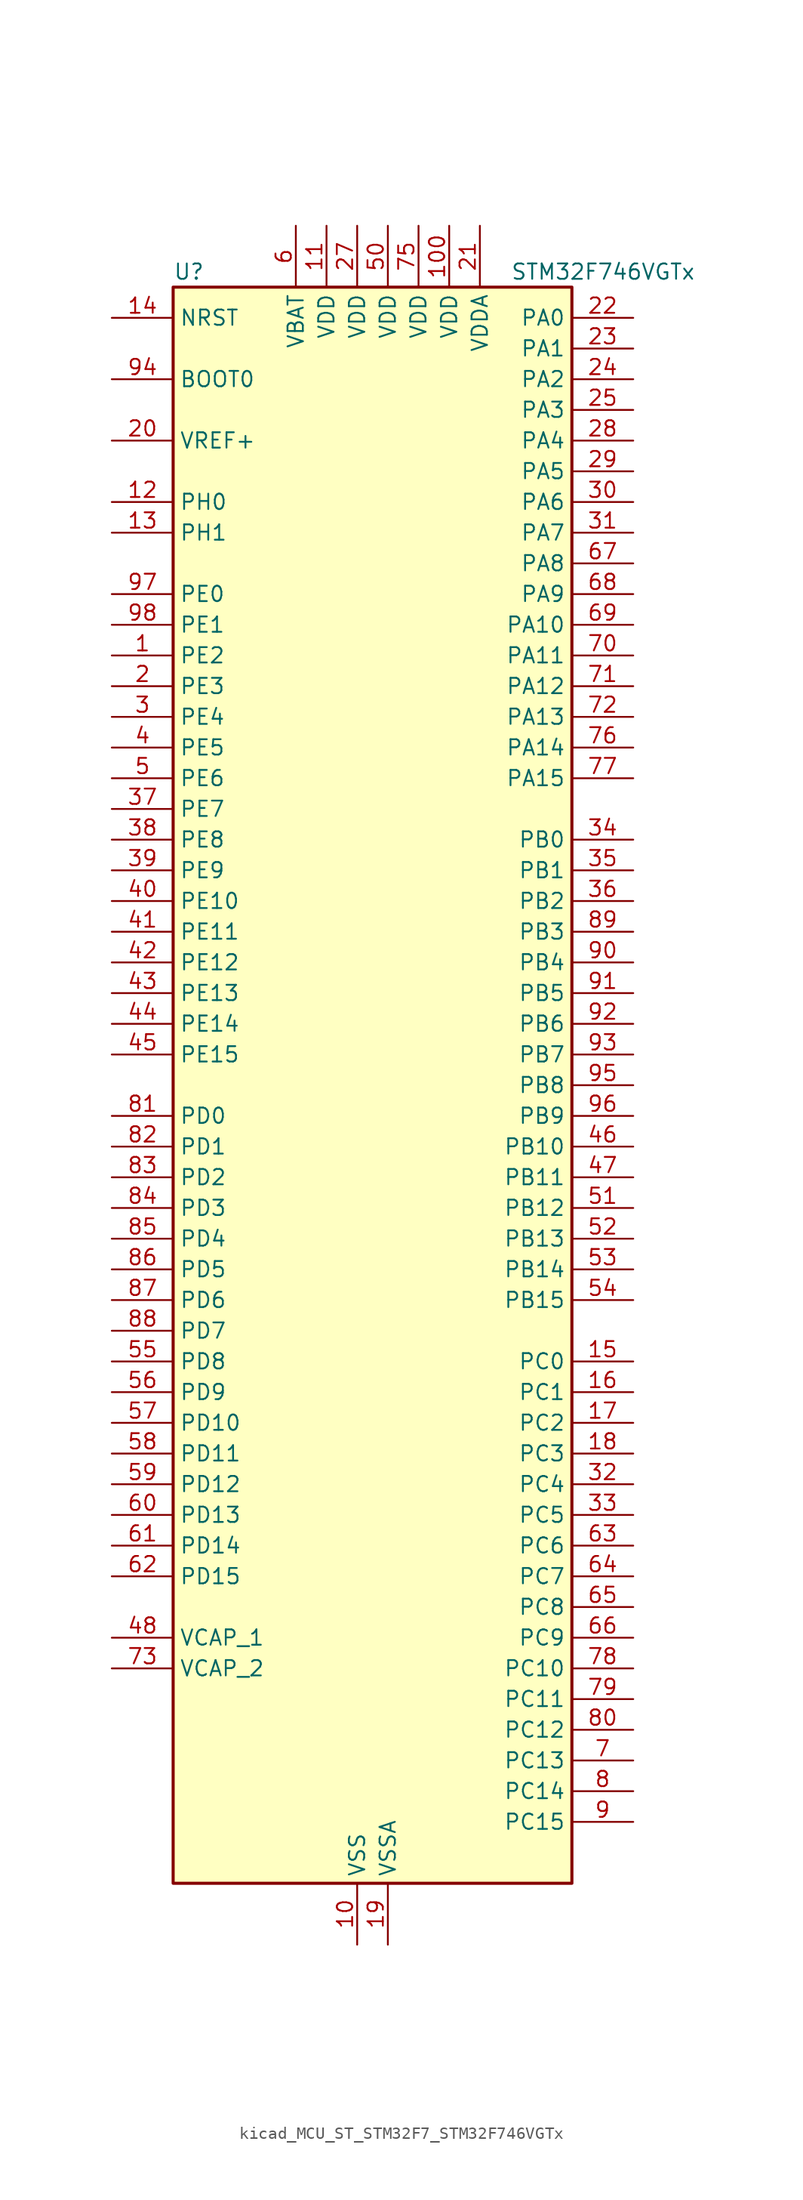
<source format=kicad_sym>
(kicad_symbol_lib
  (version 20220914)
  (generator kicad_symbol_editor)
  (symbol "kicad_MCU_ST_STM32F7_STM32F746VGTx"
    (property "Reference" "U"
      (at -15.24 67.31 0)
      (effects (font (size 1.27 1.27)) (justify left)))
    (property "Value" "STM32F746VGTx"
      (at 12.7 67.31 0)
      (effects (font (size 1.27 1.27)) (justify left)))
    (property "ki_locked" ""
      (at 0 0 0)
      (effects (font (size 1.27 1.27))))
    (symbol "kicad_MCU_ST_STM32F7_STM32F746VGTx_0_1"
      (rectangle (start -15.24 -66.04) (end 17.78 66.04) (stroke (width 0.254) (type default)) (fill (type background))))
    (symbol "kicad_MCU_ST_STM32F7_STM32F746VGTx_1_1"
      (pin bidirectional line (at -20.32 35.56 0) (length 5.08) (name "PE2" (effects (font (size 1.27 1.27)))) (number "1" (effects (font (size 1.27 1.27)))) (alternate "ETH_TXD3" bidirectional line) (alternate "FMC_A23" bidirectional line) (alternate "QUADSPI_BK1_IO2" bidirectional line) (alternate "SAI1_MCLK_A" bidirectional line) (alternate "SPI4_SCK" bidirectional line) (alternate "SYS_TRACECLK" bidirectional line))
      (pin power_in line (at 0 -71.12 90) (length 5.08) (name "VSS" (effects (font (size 1.27 1.27)))) (number "10" (effects (font (size 1.27 1.27)))))
      (pin power_in line (at 7.62 71.12 270) (length 5.08) (name "VDD" (effects (font (size 1.27 1.27)))) (number "100" (effects (font (size 1.27 1.27)))))
      (pin power_in line (at -2.54 71.12 270) (length 5.08) (name "VDD" (effects (font (size 1.27 1.27)))) (number "11" (effects (font (size 1.27 1.27)))))
      (pin bidirectional line (at -20.32 48.26 0) (length 5.08) (name "PH0" (effects (font (size 1.27 1.27)))) (number "12" (effects (font (size 1.27 1.27)))) (alternate "RCC_OSC_IN" bidirectional line))
      (pin bidirectional line (at -20.32 45.72 0) (length 5.08) (name "PH1" (effects (font (size 1.27 1.27)))) (number "13" (effects (font (size 1.27 1.27)))) (alternate "RCC_OSC_OUT" bidirectional line))
      (pin input line (at -20.32 63.5 0) (length 5.08) (name "NRST" (effects (font (size 1.27 1.27)))) (number "14" (effects (font (size 1.27 1.27)))))
      (pin bidirectional line (at 22.86 -22.86 180) (length 5.08) (name "PC0" (effects (font (size 1.27 1.27)))) (number "15" (effects (font (size 1.27 1.27)))) (alternate "ADC1_IN10" bidirectional line) (alternate "ADC2_IN10" bidirectional line) (alternate "ADC3_IN10" bidirectional line) (alternate "FMC_SDNWE" bidirectional line) (alternate "LTDC_R5" bidirectional line) (alternate "SAI2_FS_B" bidirectional line) (alternate "USB_OTG_HS_ULPI_STP" bidirectional line))
      (pin bidirectional line (at 22.86 -25.4 180) (length 5.08) (name "PC1" (effects (font (size 1.27 1.27)))) (number "16" (effects (font (size 1.27 1.27)))) (alternate "ADC1_IN11" bidirectional line) (alternate "ADC2_IN11" bidirectional line) (alternate "ADC3_IN11" bidirectional line) (alternate "ETH_MDC" bidirectional line) (alternate "I2S2_SD" bidirectional line) (alternate "RTC_TAMP3" bidirectional line) (alternate "RTC_TS" bidirectional line) (alternate "SAI1_SD_A" bidirectional line) (alternate "SPI2_MOSI" bidirectional line) (alternate "SYS_TRACED0" bidirectional line) (alternate "SYS_WKUP3" bidirectional line))
      (pin bidirectional line (at 22.86 -27.94 180) (length 5.08) (name "PC2" (effects (font (size 1.27 1.27)))) (number "17" (effects (font (size 1.27 1.27)))) (alternate "ADC1_IN12" bidirectional line) (alternate "ADC2_IN12" bidirectional line) (alternate "ADC3_IN12" bidirectional line) (alternate "ETH_TXD2" bidirectional line) (alternate "FMC_SDNE0" bidirectional line) (alternate "SPI2_MISO" bidirectional line) (alternate "USB_OTG_HS_ULPI_DIR" bidirectional line))
      (pin bidirectional line (at 22.86 -30.48 180) (length 5.08) (name "PC3" (effects (font (size 1.27 1.27)))) (number "18" (effects (font (size 1.27 1.27)))) (alternate "ADC1_IN13" bidirectional line) (alternate "ADC2_IN13" bidirectional line) (alternate "ADC3_IN13" bidirectional line) (alternate "ETH_TX_CLK" bidirectional line) (alternate "FMC_SDCKE0" bidirectional line) (alternate "I2S2_SD" bidirectional line) (alternate "SPI2_MOSI" bidirectional line) (alternate "USB_OTG_HS_ULPI_NXT" bidirectional line))
      (pin power_in line (at 2.54 -71.12 90) (length 5.08) (name "VSSA" (effects (font (size 1.27 1.27)))) (number "19" (effects (font (size 1.27 1.27)))))
      (pin bidirectional line (at -20.32 33.02 0) (length 5.08) (name "PE3" (effects (font (size 1.27 1.27)))) (number "2" (effects (font (size 1.27 1.27)))) (alternate "FMC_A19" bidirectional line) (alternate "SAI1_SD_B" bidirectional line) (alternate "SYS_TRACED0" bidirectional line))
      (pin input line (at -20.32 53.34 0) (length 5.08) (name "VREF+" (effects (font (size 1.27 1.27)))) (number "20" (effects (font (size 1.27 1.27)))))
      (pin power_in line (at 10.16 71.12 270) (length 5.08) (name "VDDA" (effects (font (size 1.27 1.27)))) (number "21" (effects (font (size 1.27 1.27)))))
      (pin bidirectional line (at 22.86 63.5 180) (length 5.08) (name "PA0" (effects (font (size 1.27 1.27)))) (number "22" (effects (font (size 1.27 1.27)))) (alternate "ADC1_IN0" bidirectional line) (alternate "ADC2_IN0" bidirectional line) (alternate "ADC3_IN0" bidirectional line) (alternate "ETH_CRS" bidirectional line) (alternate "SAI2_SD_B" bidirectional line) (alternate "SYS_WKUP1" bidirectional line) (alternate "TIM2_CH1" bidirectional line) (alternate "TIM2_ETR" bidirectional line) (alternate "TIM5_CH1" bidirectional line) (alternate "TIM8_ETR" bidirectional line) (alternate "UART4_TX" bidirectional line) (alternate "USART2_CTS" bidirectional line))
      (pin bidirectional line (at 22.86 60.96 180) (length 5.08) (name "PA1" (effects (font (size 1.27 1.27)))) (number "23" (effects (font (size 1.27 1.27)))) (alternate "ADC1_IN1" bidirectional line) (alternate "ADC2_IN1" bidirectional line) (alternate "ADC3_IN1" bidirectional line) (alternate "ETH_REF_CLK" bidirectional line) (alternate "ETH_RX_CLK" bidirectional line) (alternate "LTDC_R2" bidirectional line) (alternate "QUADSPI_BK1_IO3" bidirectional line) (alternate "SAI2_MCLK_B" bidirectional line) (alternate "TIM2_CH2" bidirectional line) (alternate "TIM5_CH2" bidirectional line) (alternate "UART4_RX" bidirectional line) (alternate "USART2_DE" bidirectional line) (alternate "USART2_RTS" bidirectional line))
      (pin bidirectional line (at 22.86 58.42 180) (length 5.08) (name "PA2" (effects (font (size 1.27 1.27)))) (number "24" (effects (font (size 1.27 1.27)))) (alternate "ADC1_IN2" bidirectional line) (alternate "ADC2_IN2" bidirectional line) (alternate "ADC3_IN2" bidirectional line) (alternate "ETH_MDIO" bidirectional line) (alternate "LTDC_R1" bidirectional line) (alternate "SAI2_SCK_B" bidirectional line) (alternate "SYS_WKUP2" bidirectional line) (alternate "TIM2_CH3" bidirectional line) (alternate "TIM5_CH3" bidirectional line) (alternate "TIM9_CH1" bidirectional line) (alternate "USART2_TX" bidirectional line))
      (pin bidirectional line (at 22.86 55.88 180) (length 5.08) (name "PA3" (effects (font (size 1.27 1.27)))) (number "25" (effects (font (size 1.27 1.27)))) (alternate "ADC1_IN3" bidirectional line) (alternate "ADC2_IN3" bidirectional line) (alternate "ADC3_IN3" bidirectional line) (alternate "ETH_COL" bidirectional line) (alternate "LTDC_B5" bidirectional line) (alternate "TIM2_CH4" bidirectional line) (alternate "TIM5_CH4" bidirectional line) (alternate "TIM9_CH2" bidirectional line) (alternate "USART2_RX" bidirectional line) (alternate "USB_OTG_HS_ULPI_D0" bidirectional line))
      (pin passive line (at 0 -71.12 90) (length 5.08) hide (name "VSS" (effects (font (size 1.27 1.27)))) (number "26" (effects (font (size 1.27 1.27)))))
      (pin power_in line (at 0 71.12 270) (length 5.08) (name "VDD" (effects (font (size 1.27 1.27)))) (number "27" (effects (font (size 1.27 1.27)))))
      (pin bidirectional line (at 22.86 53.34 180) (length 5.08) (name "PA4" (effects (font (size 1.27 1.27)))) (number "28" (effects (font (size 1.27 1.27)))) (alternate "ADC1_IN4" bidirectional line) (alternate "ADC2_IN4" bidirectional line) (alternate "DAC_OUT1" bidirectional line) (alternate "DCMI_HSYNC" bidirectional line) (alternate "I2S1_WS" bidirectional line) (alternate "I2S3_WS" bidirectional line) (alternate "LTDC_VSYNC" bidirectional line) (alternate "SPI1_NSS" bidirectional line) (alternate "SPI3_NSS" bidirectional line) (alternate "USART2_CK" bidirectional line) (alternate "USB_OTG_HS_SOF" bidirectional line))
      (pin bidirectional line (at 22.86 50.8 180) (length 5.08) (name "PA5" (effects (font (size 1.27 1.27)))) (number "29" (effects (font (size 1.27 1.27)))) (alternate "ADC1_IN5" bidirectional line) (alternate "ADC2_IN5" bidirectional line) (alternate "DAC_OUT2" bidirectional line) (alternate "I2S1_CK" bidirectional line) (alternate "LTDC_R4" bidirectional line) (alternate "SPI1_SCK" bidirectional line) (alternate "TIM2_CH1" bidirectional line) (alternate "TIM2_ETR" bidirectional line) (alternate "TIM8_CH1N" bidirectional line) (alternate "USB_OTG_HS_ULPI_CK" bidirectional line))
      (pin bidirectional line (at -20.32 30.48 0) (length 5.08) (name "PE4" (effects (font (size 1.27 1.27)))) (number "3" (effects (font (size 1.27 1.27)))) (alternate "DCMI_D4" bidirectional line) (alternate "FMC_A20" bidirectional line) (alternate "LTDC_B0" bidirectional line) (alternate "SAI1_FS_A" bidirectional line) (alternate "SPI4_NSS" bidirectional line) (alternate "SYS_TRACED1" bidirectional line))
      (pin bidirectional line (at 22.86 48.26 180) (length 5.08) (name "PA6" (effects (font (size 1.27 1.27)))) (number "30" (effects (font (size 1.27 1.27)))) (alternate "ADC1_IN6" bidirectional line) (alternate "ADC2_IN6" bidirectional line) (alternate "DCMI_PIXCLK" bidirectional line) (alternate "LTDC_G2" bidirectional line) (alternate "SPI1_MISO" bidirectional line) (alternate "TIM13_CH1" bidirectional line) (alternate "TIM1_BKIN" bidirectional line) (alternate "TIM3_CH1" bidirectional line) (alternate "TIM8_BKIN" bidirectional line))
      (pin bidirectional line (at 22.86 45.72 180) (length 5.08) (name "PA7" (effects (font (size 1.27 1.27)))) (number "31" (effects (font (size 1.27 1.27)))) (alternate "ADC1_IN7" bidirectional line) (alternate "ADC2_IN7" bidirectional line) (alternate "ETH_CRS_DV" bidirectional line) (alternate "ETH_RX_DV" bidirectional line) (alternate "FMC_SDNWE" bidirectional line) (alternate "I2S1_SD" bidirectional line) (alternate "SPI1_MOSI" bidirectional line) (alternate "TIM14_CH1" bidirectional line) (alternate "TIM1_CH1N" bidirectional line) (alternate "TIM3_CH2" bidirectional line) (alternate "TIM8_CH1N" bidirectional line))
      (pin bidirectional line (at 22.86 -33.02 180) (length 5.08) (name "PC4" (effects (font (size 1.27 1.27)))) (number "32" (effects (font (size 1.27 1.27)))) (alternate "ADC1_IN14" bidirectional line) (alternate "ADC2_IN14" bidirectional line) (alternate "ETH_RXD0" bidirectional line) (alternate "FMC_SDNE0" bidirectional line) (alternate "I2S1_MCK" bidirectional line) (alternate "SPDIFRX_IN2" bidirectional line))
      (pin bidirectional line (at 22.86 -35.56 180) (length 5.08) (name "PC5" (effects (font (size 1.27 1.27)))) (number "33" (effects (font (size 1.27 1.27)))) (alternate "ADC1_IN15" bidirectional line) (alternate "ADC2_IN15" bidirectional line) (alternate "ETH_RXD1" bidirectional line) (alternate "FMC_SDCKE0" bidirectional line) (alternate "SPDIFRX_IN3" bidirectional line))
      (pin bidirectional line (at 22.86 20.32 180) (length 5.08) (name "PB0" (effects (font (size 1.27 1.27)))) (number "34" (effects (font (size 1.27 1.27)))) (alternate "ADC1_IN8" bidirectional line) (alternate "ADC2_IN8" bidirectional line) (alternate "ETH_RXD2" bidirectional line) (alternate "LTDC_R3" bidirectional line) (alternate "TIM1_CH2N" bidirectional line) (alternate "TIM3_CH3" bidirectional line) (alternate "TIM8_CH2N" bidirectional line) (alternate "UART4_CTS" bidirectional line) (alternate "USB_OTG_HS_ULPI_D1" bidirectional line))
      (pin bidirectional line (at 22.86 17.78 180) (length 5.08) (name "PB1" (effects (font (size 1.27 1.27)))) (number "35" (effects (font (size 1.27 1.27)))) (alternate "ADC1_IN9" bidirectional line) (alternate "ADC2_IN9" bidirectional line) (alternate "ETH_RXD3" bidirectional line) (alternate "LTDC_R6" bidirectional line) (alternate "TIM1_CH3N" bidirectional line) (alternate "TIM3_CH4" bidirectional line) (alternate "TIM8_CH3N" bidirectional line) (alternate "USB_OTG_HS_ULPI_D2" bidirectional line))
      (pin bidirectional line (at 22.86 15.24 180) (length 5.08) (name "PB2" (effects (font (size 1.27 1.27)))) (number "36" (effects (font (size 1.27 1.27)))) (alternate "I2S3_SD" bidirectional line) (alternate "QUADSPI_CLK" bidirectional line) (alternate "SAI1_SD_A" bidirectional line) (alternate "SPI3_MOSI" bidirectional line))
      (pin bidirectional line (at -20.32 22.86 0) (length 5.08) (name "PE7" (effects (font (size 1.27 1.27)))) (number "37" (effects (font (size 1.27 1.27)))) (alternate "FMC_D4" bidirectional line) (alternate "FMC_DA4" bidirectional line) (alternate "QUADSPI_BK2_IO0" bidirectional line) (alternate "TIM1_ETR" bidirectional line) (alternate "UART7_RX" bidirectional line))
      (pin bidirectional line (at -20.32 20.32 0) (length 5.08) (name "PE8" (effects (font (size 1.27 1.27)))) (number "38" (effects (font (size 1.27 1.27)))) (alternate "FMC_D5" bidirectional line) (alternate "FMC_DA5" bidirectional line) (alternate "QUADSPI_BK2_IO1" bidirectional line) (alternate "TIM1_CH1N" bidirectional line) (alternate "UART7_TX" bidirectional line))
      (pin bidirectional line (at -20.32 17.78 0) (length 5.08) (name "PE9" (effects (font (size 1.27 1.27)))) (number "39" (effects (font (size 1.27 1.27)))) (alternate "DAC_EXTI9" bidirectional line) (alternate "FMC_D6" bidirectional line) (alternate "FMC_DA6" bidirectional line) (alternate "QUADSPI_BK2_IO2" bidirectional line) (alternate "TIM1_CH1" bidirectional line) (alternate "UART7_DE" bidirectional line) (alternate "UART7_RTS" bidirectional line))
      (pin bidirectional line (at -20.32 27.94 0) (length 5.08) (name "PE5" (effects (font (size 1.27 1.27)))) (number "4" (effects (font (size 1.27 1.27)))) (alternate "DCMI_D6" bidirectional line) (alternate "FMC_A21" bidirectional line) (alternate "LTDC_G0" bidirectional line) (alternate "SAI1_SCK_A" bidirectional line) (alternate "SPI4_MISO" bidirectional line) (alternate "SYS_TRACED2" bidirectional line) (alternate "TIM9_CH1" bidirectional line))
      (pin bidirectional line (at -20.32 15.24 0) (length 5.08) (name "PE10" (effects (font (size 1.27 1.27)))) (number "40" (effects (font (size 1.27 1.27)))) (alternate "FMC_D7" bidirectional line) (alternate "FMC_DA7" bidirectional line) (alternate "QUADSPI_BK2_IO3" bidirectional line) (alternate "TIM1_CH2N" bidirectional line) (alternate "UART7_CTS" bidirectional line))
      (pin bidirectional line (at -20.32 12.7 0) (length 5.08) (name "PE11" (effects (font (size 1.27 1.27)))) (number "41" (effects (font (size 1.27 1.27)))) (alternate "ADC1_EXTI11" bidirectional line) (alternate "ADC2_EXTI11" bidirectional line) (alternate "ADC3_EXTI11" bidirectional line) (alternate "FMC_D8" bidirectional line) (alternate "FMC_DA8" bidirectional line) (alternate "LTDC_G3" bidirectional line) (alternate "SAI2_SD_B" bidirectional line) (alternate "SPI4_NSS" bidirectional line) (alternate "TIM1_CH2" bidirectional line))
      (pin bidirectional line (at -20.32 10.16 0) (length 5.08) (name "PE12" (effects (font (size 1.27 1.27)))) (number "42" (effects (font (size 1.27 1.27)))) (alternate "FMC_D9" bidirectional line) (alternate "FMC_DA9" bidirectional line) (alternate "LTDC_B4" bidirectional line) (alternate "SAI2_SCK_B" bidirectional line) (alternate "SPI4_SCK" bidirectional line) (alternate "TIM1_CH3N" bidirectional line))
      (pin bidirectional line (at -20.32 7.62 0) (length 5.08) (name "PE13" (effects (font (size 1.27 1.27)))) (number "43" (effects (font (size 1.27 1.27)))) (alternate "FMC_D10" bidirectional line) (alternate "FMC_DA10" bidirectional line) (alternate "LTDC_DE" bidirectional line) (alternate "SAI2_FS_B" bidirectional line) (alternate "SPI4_MISO" bidirectional line) (alternate "TIM1_CH3" bidirectional line))
      (pin bidirectional line (at -20.32 5.08 0) (length 5.08) (name "PE14" (effects (font (size 1.27 1.27)))) (number "44" (effects (font (size 1.27 1.27)))) (alternate "FMC_D11" bidirectional line) (alternate "FMC_DA11" bidirectional line) (alternate "LTDC_CLK" bidirectional line) (alternate "SAI2_MCLK_B" bidirectional line) (alternate "SPI4_MOSI" bidirectional line) (alternate "TIM1_CH4" bidirectional line))
      (pin bidirectional line (at -20.32 2.54 0) (length 5.08) (name "PE15" (effects (font (size 1.27 1.27)))) (number "45" (effects (font (size 1.27 1.27)))) (alternate "FMC_D12" bidirectional line) (alternate "FMC_DA12" bidirectional line) (alternate "LTDC_R7" bidirectional line) (alternate "TIM1_BKIN" bidirectional line))
      (pin bidirectional line (at 22.86 -5.08 180) (length 5.08) (name "PB10" (effects (font (size 1.27 1.27)))) (number "46" (effects (font (size 1.27 1.27)))) (alternate "ETH_RX_ER" bidirectional line) (alternate "I2C2_SCL" bidirectional line) (alternate "I2S2_CK" bidirectional line) (alternate "LTDC_G4" bidirectional line) (alternate "SPI2_SCK" bidirectional line) (alternate "TIM2_CH3" bidirectional line) (alternate "USART3_TX" bidirectional line) (alternate "USB_OTG_HS_ULPI_D3" bidirectional line))
      (pin bidirectional line (at 22.86 -7.62 180) (length 5.08) (name "PB11" (effects (font (size 1.27 1.27)))) (number "47" (effects (font (size 1.27 1.27)))) (alternate "ADC1_EXTI11" bidirectional line) (alternate "ADC2_EXTI11" bidirectional line) (alternate "ADC3_EXTI11" bidirectional line) (alternate "ETH_TX_EN" bidirectional line) (alternate "I2C2_SDA" bidirectional line) (alternate "LTDC_G5" bidirectional line) (alternate "TIM2_CH4" bidirectional line) (alternate "USART3_RX" bidirectional line) (alternate "USB_OTG_HS_ULPI_D4" bidirectional line))
      (pin power_out line (at -20.32 -45.72 0) (length 5.08) (name "VCAP_1" (effects (font (size 1.27 1.27)))) (number "48" (effects (font (size 1.27 1.27)))))
      (pin passive line (at 0 -71.12 90) (length 5.08) hide (name "VSS" (effects (font (size 1.27 1.27)))) (number "49" (effects (font (size 1.27 1.27)))))
      (pin bidirectional line (at -20.32 25.4 0) (length 5.08) (name "PE6" (effects (font (size 1.27 1.27)))) (number "5" (effects (font (size 1.27 1.27)))) (alternate "DCMI_D7" bidirectional line) (alternate "FMC_A22" bidirectional line) (alternate "LTDC_G1" bidirectional line) (alternate "SAI1_SD_A" bidirectional line) (alternate "SAI2_MCLK_B" bidirectional line) (alternate "SPI4_MOSI" bidirectional line) (alternate "SYS_TRACED3" bidirectional line) (alternate "TIM1_BKIN2" bidirectional line) (alternate "TIM9_CH2" bidirectional line))
      (pin power_in line (at 2.54 71.12 270) (length 5.08) (name "VDD" (effects (font (size 1.27 1.27)))) (number "50" (effects (font (size 1.27 1.27)))))
      (pin bidirectional line (at 22.86 -10.16 180) (length 5.08) (name "PB12" (effects (font (size 1.27 1.27)))) (number "51" (effects (font (size 1.27 1.27)))) (alternate "CAN2_RX" bidirectional line) (alternate "ETH_TXD0" bidirectional line) (alternate "I2C2_SMBA" bidirectional line) (alternate "I2S2_WS" bidirectional line) (alternate "SPI2_NSS" bidirectional line) (alternate "TIM1_BKIN" bidirectional line) (alternate "USART3_CK" bidirectional line) (alternate "USB_OTG_HS_ID" bidirectional line) (alternate "USB_OTG_HS_ULPI_D5" bidirectional line))
      (pin bidirectional line (at 22.86 -12.7 180) (length 5.08) (name "PB13" (effects (font (size 1.27 1.27)))) (number "52" (effects (font (size 1.27 1.27)))) (alternate "CAN2_TX" bidirectional line) (alternate "ETH_TXD1" bidirectional line) (alternate "I2S2_CK" bidirectional line) (alternate "SPI2_SCK" bidirectional line) (alternate "TIM1_CH1N" bidirectional line) (alternate "USART3_CTS" bidirectional line) (alternate "USB_OTG_HS_ULPI_D6" bidirectional line) (alternate "USB_OTG_HS_VBUS" bidirectional line))
      (pin bidirectional line (at 22.86 -15.24 180) (length 5.08) (name "PB14" (effects (font (size 1.27 1.27)))) (number "53" (effects (font (size 1.27 1.27)))) (alternate "SPI2_MISO" bidirectional line) (alternate "TIM12_CH1" bidirectional line) (alternate "TIM1_CH2N" bidirectional line) (alternate "TIM8_CH2N" bidirectional line) (alternate "USART3_DE" bidirectional line) (alternate "USART3_RTS" bidirectional line) (alternate "USB_OTG_HS_DM" bidirectional line))
      (pin bidirectional line (at 22.86 -17.78 180) (length 5.08) (name "PB15" (effects (font (size 1.27 1.27)))) (number "54" (effects (font (size 1.27 1.27)))) (alternate "I2S2_SD" bidirectional line) (alternate "RTC_REFIN" bidirectional line) (alternate "SPI2_MOSI" bidirectional line) (alternate "TIM12_CH2" bidirectional line) (alternate "TIM1_CH3N" bidirectional line) (alternate "TIM8_CH3N" bidirectional line) (alternate "USB_OTG_HS_DP" bidirectional line))
      (pin bidirectional line (at -20.32 -22.86 0) (length 5.08) (name "PD8" (effects (font (size 1.27 1.27)))) (number "55" (effects (font (size 1.27 1.27)))) (alternate "FMC_D13" bidirectional line) (alternate "FMC_DA13" bidirectional line) (alternate "SPDIFRX_IN1" bidirectional line) (alternate "USART3_TX" bidirectional line))
      (pin bidirectional line (at -20.32 -25.4 0) (length 5.08) (name "PD9" (effects (font (size 1.27 1.27)))) (number "56" (effects (font (size 1.27 1.27)))) (alternate "DAC_EXTI9" bidirectional line) (alternate "FMC_D14" bidirectional line) (alternate "FMC_DA14" bidirectional line) (alternate "USART3_RX" bidirectional line))
      (pin bidirectional line (at -20.32 -27.94 0) (length 5.08) (name "PD10" (effects (font (size 1.27 1.27)))) (number "57" (effects (font (size 1.27 1.27)))) (alternate "FMC_D15" bidirectional line) (alternate "FMC_DA15" bidirectional line) (alternate "LTDC_B3" bidirectional line) (alternate "USART3_CK" bidirectional line))
      (pin bidirectional line (at -20.32 -30.48 0) (length 5.08) (name "PD11" (effects (font (size 1.27 1.27)))) (number "58" (effects (font (size 1.27 1.27)))) (alternate "ADC1_EXTI11" bidirectional line) (alternate "ADC2_EXTI11" bidirectional line) (alternate "ADC3_EXTI11" bidirectional line) (alternate "FMC_A16" bidirectional line) (alternate "FMC_CLE" bidirectional line) (alternate "I2C4_SMBA" bidirectional line) (alternate "QUADSPI_BK1_IO0" bidirectional line) (alternate "SAI2_SD_A" bidirectional line) (alternate "USART3_CTS" bidirectional line))
      (pin bidirectional line (at -20.32 -33.02 0) (length 5.08) (name "PD12" (effects (font (size 1.27 1.27)))) (number "59" (effects (font (size 1.27 1.27)))) (alternate "FMC_A17" bidirectional line) (alternate "FMC_ALE" bidirectional line) (alternate "I2C4_SCL" bidirectional line) (alternate "LPTIM1_IN1" bidirectional line) (alternate "QUADSPI_BK1_IO1" bidirectional line) (alternate "SAI2_FS_A" bidirectional line) (alternate "TIM4_CH1" bidirectional line) (alternate "USART3_DE" bidirectional line) (alternate "USART3_RTS" bidirectional line))
      (pin power_in line (at -5.08 71.12 270) (length 5.08) (name "VBAT" (effects (font (size 1.27 1.27)))) (number "6" (effects (font (size 1.27 1.27)))))
      (pin bidirectional line (at -20.32 -35.56 0) (length 5.08) (name "PD13" (effects (font (size 1.27 1.27)))) (number "60" (effects (font (size 1.27 1.27)))) (alternate "FMC_A18" bidirectional line) (alternate "I2C4_SDA" bidirectional line) (alternate "LPTIM1_OUT" bidirectional line) (alternate "QUADSPI_BK1_IO3" bidirectional line) (alternate "SAI2_SCK_A" bidirectional line) (alternate "TIM4_CH2" bidirectional line))
      (pin bidirectional line (at -20.32 -38.1 0) (length 5.08) (name "PD14" (effects (font (size 1.27 1.27)))) (number "61" (effects (font (size 1.27 1.27)))) (alternate "FMC_D0" bidirectional line) (alternate "FMC_DA0" bidirectional line) (alternate "TIM4_CH3" bidirectional line) (alternate "UART8_CTS" bidirectional line))
      (pin bidirectional line (at -20.32 -40.64 0) (length 5.08) (name "PD15" (effects (font (size 1.27 1.27)))) (number "62" (effects (font (size 1.27 1.27)))) (alternate "FMC_D1" bidirectional line) (alternate "FMC_DA1" bidirectional line) (alternate "TIM4_CH4" bidirectional line) (alternate "UART8_DE" bidirectional line) (alternate "UART8_RTS" bidirectional line))
      (pin bidirectional line (at 22.86 -38.1 180) (length 5.08) (name "PC6" (effects (font (size 1.27 1.27)))) (number "63" (effects (font (size 1.27 1.27)))) (alternate "DCMI_D0" bidirectional line) (alternate "I2S2_MCK" bidirectional line) (alternate "LTDC_HSYNC" bidirectional line) (alternate "SDMMC1_D6" bidirectional line) (alternate "TIM3_CH1" bidirectional line) (alternate "TIM8_CH1" bidirectional line) (alternate "USART6_TX" bidirectional line))
      (pin bidirectional line (at 22.86 -40.64 180) (length 5.08) (name "PC7" (effects (font (size 1.27 1.27)))) (number "64" (effects (font (size 1.27 1.27)))) (alternate "DCMI_D1" bidirectional line) (alternate "I2S3_MCK" bidirectional line) (alternate "LTDC_G6" bidirectional line) (alternate "SDMMC1_D7" bidirectional line) (alternate "TIM3_CH2" bidirectional line) (alternate "TIM8_CH2" bidirectional line) (alternate "USART6_RX" bidirectional line))
      (pin bidirectional line (at 22.86 -43.18 180) (length 5.08) (name "PC8" (effects (font (size 1.27 1.27)))) (number "65" (effects (font (size 1.27 1.27)))) (alternate "DCMI_D2" bidirectional line) (alternate "SDMMC1_D0" bidirectional line) (alternate "SYS_TRACED1" bidirectional line) (alternate "TIM3_CH3" bidirectional line) (alternate "TIM8_CH3" bidirectional line) (alternate "UART5_DE" bidirectional line) (alternate "UART5_RTS" bidirectional line) (alternate "USART6_CK" bidirectional line))
      (pin bidirectional line (at 22.86 -45.72 180) (length 5.08) (name "PC9" (effects (font (size 1.27 1.27)))) (number "66" (effects (font (size 1.27 1.27)))) (alternate "DAC_EXTI9" bidirectional line) (alternate "DCMI_D3" bidirectional line) (alternate "I2C3_SDA" bidirectional line) (alternate "I2S_CKIN" bidirectional line) (alternate "QUADSPI_BK1_IO0" bidirectional line) (alternate "RCC_MCO_2" bidirectional line) (alternate "SDMMC1_D1" bidirectional line) (alternate "TIM3_CH4" bidirectional line) (alternate "TIM8_CH4" bidirectional line) (alternate "UART5_CTS" bidirectional line))
      (pin bidirectional line (at 22.86 43.18 180) (length 5.08) (name "PA8" (effects (font (size 1.27 1.27)))) (number "67" (effects (font (size 1.27 1.27)))) (alternate "I2C3_SCL" bidirectional line) (alternate "LTDC_R6" bidirectional line) (alternate "RCC_MCO_1" bidirectional line) (alternate "TIM1_CH1" bidirectional line) (alternate "TIM8_BKIN2" bidirectional line) (alternate "USART1_CK" bidirectional line) (alternate "USB_OTG_FS_SOF" bidirectional line))
      (pin bidirectional line (at 22.86 40.64 180) (length 5.08) (name "PA9" (effects (font (size 1.27 1.27)))) (number "68" (effects (font (size 1.27 1.27)))) (alternate "DAC_EXTI9" bidirectional line) (alternate "DCMI_D0" bidirectional line) (alternate "I2C3_SMBA" bidirectional line) (alternate "I2S2_CK" bidirectional line) (alternate "SPI2_SCK" bidirectional line) (alternate "TIM1_CH2" bidirectional line) (alternate "USART1_TX" bidirectional line) (alternate "USB_OTG_FS_VBUS" bidirectional line))
      (pin bidirectional line (at 22.86 38.1 180) (length 5.08) (name "PA10" (effects (font (size 1.27 1.27)))) (number "69" (effects (font (size 1.27 1.27)))) (alternate "DCMI_D1" bidirectional line) (alternate "TIM1_CH3" bidirectional line) (alternate "USART1_RX" bidirectional line) (alternate "USB_OTG_FS_ID" bidirectional line))
      (pin bidirectional line (at 22.86 -55.88 180) (length 5.08) (name "PC13" (effects (font (size 1.27 1.27)))) (number "7" (effects (font (size 1.27 1.27)))) (alternate "RTC_OUT" bidirectional line) (alternate "RTC_TAMP1" bidirectional line) (alternate "RTC_TS" bidirectional line) (alternate "SYS_WKUP4" bidirectional line))
      (pin bidirectional line (at 22.86 35.56 180) (length 5.08) (name "PA11" (effects (font (size 1.27 1.27)))) (number "70" (effects (font (size 1.27 1.27)))) (alternate "ADC1_EXTI11" bidirectional line) (alternate "ADC2_EXTI11" bidirectional line) (alternate "ADC3_EXTI11" bidirectional line) (alternate "CAN1_RX" bidirectional line) (alternate "LTDC_R4" bidirectional line) (alternate "TIM1_CH4" bidirectional line) (alternate "USART1_CTS" bidirectional line) (alternate "USB_OTG_FS_DM" bidirectional line))
      (pin bidirectional line (at 22.86 33.02 180) (length 5.08) (name "PA12" (effects (font (size 1.27 1.27)))) (number "71" (effects (font (size 1.27 1.27)))) (alternate "CAN1_TX" bidirectional line) (alternate "LTDC_R5" bidirectional line) (alternate "SAI2_FS_B" bidirectional line) (alternate "TIM1_ETR" bidirectional line) (alternate "USART1_DE" bidirectional line) (alternate "USART1_RTS" bidirectional line) (alternate "USB_OTG_FS_DP" bidirectional line))
      (pin bidirectional line (at 22.86 30.48 180) (length 5.08) (name "PA13" (effects (font (size 1.27 1.27)))) (number "72" (effects (font (size 1.27 1.27)))) (alternate "SYS_JTMS-SWDIO" bidirectional line))
      (pin power_out line (at -20.32 -48.26 0) (length 5.08) (name "VCAP_2" (effects (font (size 1.27 1.27)))) (number "73" (effects (font (size 1.27 1.27)))))
      (pin passive line (at 0 -71.12 90) (length 5.08) hide (name "VSS" (effects (font (size 1.27 1.27)))) (number "74" (effects (font (size 1.27 1.27)))))
      (pin power_in line (at 5.08 71.12 270) (length 5.08) (name "VDD" (effects (font (size 1.27 1.27)))) (number "75" (effects (font (size 1.27 1.27)))))
      (pin bidirectional line (at 22.86 27.94 180) (length 5.08) (name "PA14" (effects (font (size 1.27 1.27)))) (number "76" (effects (font (size 1.27 1.27)))) (alternate "SYS_JTCK-SWCLK" bidirectional line))
      (pin bidirectional line (at 22.86 25.4 180) (length 5.08) (name "PA15" (effects (font (size 1.27 1.27)))) (number "77" (effects (font (size 1.27 1.27)))) (alternate "CEC" bidirectional line) (alternate "I2S1_WS" bidirectional line) (alternate "I2S3_WS" bidirectional line) (alternate "SPI1_NSS" bidirectional line) (alternate "SPI3_NSS" bidirectional line) (alternate "SYS_JTDI" bidirectional line) (alternate "TIM2_CH1" bidirectional line) (alternate "TIM2_ETR" bidirectional line) (alternate "UART4_DE" bidirectional line) (alternate "UART4_RTS" bidirectional line))
      (pin bidirectional line (at 22.86 -48.26 180) (length 5.08) (name "PC10" (effects (font (size 1.27 1.27)))) (number "78" (effects (font (size 1.27 1.27)))) (alternate "DCMI_D8" bidirectional line) (alternate "I2S3_CK" bidirectional line) (alternate "LTDC_R2" bidirectional line) (alternate "QUADSPI_BK1_IO1" bidirectional line) (alternate "SDMMC1_D2" bidirectional line) (alternate "SPI3_SCK" bidirectional line) (alternate "UART4_TX" bidirectional line) (alternate "USART3_TX" bidirectional line))
      (pin bidirectional line (at 22.86 -50.8 180) (length 5.08) (name "PC11" (effects (font (size 1.27 1.27)))) (number "79" (effects (font (size 1.27 1.27)))) (alternate "ADC1_EXTI11" bidirectional line) (alternate "ADC2_EXTI11" bidirectional line) (alternate "ADC3_EXTI11" bidirectional line) (alternate "DCMI_D4" bidirectional line) (alternate "QUADSPI_BK2_NCS" bidirectional line) (alternate "SDMMC1_D3" bidirectional line) (alternate "SPI3_MISO" bidirectional line) (alternate "UART4_RX" bidirectional line) (alternate "USART3_RX" bidirectional line))
      (pin bidirectional line (at 22.86 -58.42 180) (length 5.08) (name "PC14" (effects (font (size 1.27 1.27)))) (number "8" (effects (font (size 1.27 1.27)))) (alternate "RCC_OSC32_IN" bidirectional line))
      (pin bidirectional line (at 22.86 -53.34 180) (length 5.08) (name "PC12" (effects (font (size 1.27 1.27)))) (number "80" (effects (font (size 1.27 1.27)))) (alternate "DCMI_D9" bidirectional line) (alternate "I2S3_SD" bidirectional line) (alternate "SDMMC1_CK" bidirectional line) (alternate "SPI3_MOSI" bidirectional line) (alternate "SYS_TRACED3" bidirectional line) (alternate "UART5_TX" bidirectional line) (alternate "USART3_CK" bidirectional line))
      (pin bidirectional line (at -20.32 -2.54 0) (length 5.08) (name "PD0" (effects (font (size 1.27 1.27)))) (number "81" (effects (font (size 1.27 1.27)))) (alternate "CAN1_RX" bidirectional line) (alternate "FMC_D2" bidirectional line) (alternate "FMC_DA2" bidirectional line))
      (pin bidirectional line (at -20.32 -5.08 0) (length 5.08) (name "PD1" (effects (font (size 1.27 1.27)))) (number "82" (effects (font (size 1.27 1.27)))) (alternate "CAN1_TX" bidirectional line) (alternate "FMC_D3" bidirectional line) (alternate "FMC_DA3" bidirectional line))
      (pin bidirectional line (at -20.32 -7.62 0) (length 5.08) (name "PD2" (effects (font (size 1.27 1.27)))) (number "83" (effects (font (size 1.27 1.27)))) (alternate "DCMI_D11" bidirectional line) (alternate "SDMMC1_CMD" bidirectional line) (alternate "SYS_TRACED2" bidirectional line) (alternate "TIM3_ETR" bidirectional line) (alternate "UART5_RX" bidirectional line))
      (pin bidirectional line (at -20.32 -10.16 0) (length 5.08) (name "PD3" (effects (font (size 1.27 1.27)))) (number "84" (effects (font (size 1.27 1.27)))) (alternate "DCMI_D5" bidirectional line) (alternate "FMC_CLK" bidirectional line) (alternate "I2S2_CK" bidirectional line) (alternate "LTDC_G7" bidirectional line) (alternate "SPI2_SCK" bidirectional line) (alternate "USART2_CTS" bidirectional line))
      (pin bidirectional line (at -20.32 -12.7 0) (length 5.08) (name "PD4" (effects (font (size 1.27 1.27)))) (number "85" (effects (font (size 1.27 1.27)))) (alternate "FMC_NOE" bidirectional line) (alternate "USART2_DE" bidirectional line) (alternate "USART2_RTS" bidirectional line))
      (pin bidirectional line (at -20.32 -15.24 0) (length 5.08) (name "PD5" (effects (font (size 1.27 1.27)))) (number "86" (effects (font (size 1.27 1.27)))) (alternate "FMC_NWE" bidirectional line) (alternate "USART2_TX" bidirectional line))
      (pin bidirectional line (at -20.32 -17.78 0) (length 5.08) (name "PD6" (effects (font (size 1.27 1.27)))) (number "87" (effects (font (size 1.27 1.27)))) (alternate "DCMI_D10" bidirectional line) (alternate "FMC_NWAIT" bidirectional line) (alternate "I2S3_SD" bidirectional line) (alternate "LTDC_B2" bidirectional line) (alternate "SAI1_SD_A" bidirectional line) (alternate "SPI3_MOSI" bidirectional line) (alternate "USART2_RX" bidirectional line))
      (pin bidirectional line (at -20.32 -20.32 0) (length 5.08) (name "PD7" (effects (font (size 1.27 1.27)))) (number "88" (effects (font (size 1.27 1.27)))) (alternate "FMC_NE1" bidirectional line) (alternate "SPDIFRX_IN0" bidirectional line) (alternate "USART2_CK" bidirectional line))
      (pin bidirectional line (at 22.86 12.7 180) (length 5.08) (name "PB3" (effects (font (size 1.27 1.27)))) (number "89" (effects (font (size 1.27 1.27)))) (alternate "I2S1_CK" bidirectional line) (alternate "I2S3_CK" bidirectional line) (alternate "SPI1_SCK" bidirectional line) (alternate "SPI3_SCK" bidirectional line) (alternate "SYS_JTDO-SWO" bidirectional line) (alternate "TIM2_CH2" bidirectional line))
      (pin bidirectional line (at 22.86 -60.96 180) (length 5.08) (name "PC15" (effects (font (size 1.27 1.27)))) (number "9" (effects (font (size 1.27 1.27)))) (alternate "RCC_OSC32_OUT" bidirectional line))
      (pin bidirectional line (at 22.86 10.16 180) (length 5.08) (name "PB4" (effects (font (size 1.27 1.27)))) (number "90" (effects (font (size 1.27 1.27)))) (alternate "I2S2_WS" bidirectional line) (alternate "SPI1_MISO" bidirectional line) (alternate "SPI2_NSS" bidirectional line) (alternate "SPI3_MISO" bidirectional line) (alternate "SYS_JTRST" bidirectional line) (alternate "TIM3_CH1" bidirectional line))
      (pin bidirectional line (at 22.86 7.62 180) (length 5.08) (name "PB5" (effects (font (size 1.27 1.27)))) (number "91" (effects (font (size 1.27 1.27)))) (alternate "CAN2_RX" bidirectional line) (alternate "DCMI_D10" bidirectional line) (alternate "ETH_PPS_OUT" bidirectional line) (alternate "FMC_SDCKE1" bidirectional line) (alternate "I2C1_SMBA" bidirectional line) (alternate "I2S1_SD" bidirectional line) (alternate "I2S3_SD" bidirectional line) (alternate "SPI1_MOSI" bidirectional line) (alternate "SPI3_MOSI" bidirectional line) (alternate "TIM3_CH2" bidirectional line) (alternate "USB_OTG_HS_ULPI_D7" bidirectional line))
      (pin bidirectional line (at 22.86 5.08 180) (length 5.08) (name "PB6" (effects (font (size 1.27 1.27)))) (number "92" (effects (font (size 1.27 1.27)))) (alternate "CAN2_TX" bidirectional line) (alternate "CEC" bidirectional line) (alternate "DCMI_D5" bidirectional line) (alternate "FMC_SDNE1" bidirectional line) (alternate "I2C1_SCL" bidirectional line) (alternate "QUADSPI_BK1_NCS" bidirectional line) (alternate "TIM4_CH1" bidirectional line) (alternate "USART1_TX" bidirectional line))
      (pin bidirectional line (at 22.86 2.54 180) (length 5.08) (name "PB7" (effects (font (size 1.27 1.27)))) (number "93" (effects (font (size 1.27 1.27)))) (alternate "DCMI_VSYNC" bidirectional line) (alternate "FMC_NL" bidirectional line) (alternate "I2C1_SDA" bidirectional line) (alternate "TIM4_CH2" bidirectional line) (alternate "USART1_RX" bidirectional line))
      (pin input line (at -20.32 58.42 0) (length 5.08) (name "BOOT0" (effects (font (size 1.27 1.27)))) (number "94" (effects (font (size 1.27 1.27)))))
      (pin bidirectional line (at 22.86 0 180) (length 5.08) (name "PB8" (effects (font (size 1.27 1.27)))) (number "95" (effects (font (size 1.27 1.27)))) (alternate "CAN1_RX" bidirectional line) (alternate "DCMI_D6" bidirectional line) (alternate "ETH_TXD3" bidirectional line) (alternate "I2C1_SCL" bidirectional line) (alternate "LTDC_B6" bidirectional line) (alternate "SDMMC1_D4" bidirectional line) (alternate "TIM10_CH1" bidirectional line) (alternate "TIM4_CH3" bidirectional line))
      (pin bidirectional line (at 22.86 -2.54 180) (length 5.08) (name "PB9" (effects (font (size 1.27 1.27)))) (number "96" (effects (font (size 1.27 1.27)))) (alternate "CAN1_TX" bidirectional line) (alternate "DAC_EXTI9" bidirectional line) (alternate "DCMI_D7" bidirectional line) (alternate "I2C1_SDA" bidirectional line) (alternate "I2S2_WS" bidirectional line) (alternate "LTDC_B7" bidirectional line) (alternate "SDMMC1_D5" bidirectional line) (alternate "SPI2_NSS" bidirectional line) (alternate "TIM11_CH1" bidirectional line) (alternate "TIM4_CH4" bidirectional line))
      (pin bidirectional line (at -20.32 40.64 0) (length 5.08) (name "PE0" (effects (font (size 1.27 1.27)))) (number "97" (effects (font (size 1.27 1.27)))) (alternate "DCMI_D2" bidirectional line) (alternate "FMC_NBL0" bidirectional line) (alternate "LPTIM1_ETR" bidirectional line) (alternate "SAI2_MCLK_A" bidirectional line) (alternate "TIM4_ETR" bidirectional line) (alternate "UART8_RX" bidirectional line))
      (pin bidirectional line (at -20.32 38.1 0) (length 5.08) (name "PE1" (effects (font (size 1.27 1.27)))) (number "98" (effects (font (size 1.27 1.27)))) (alternate "DCMI_D3" bidirectional line) (alternate "FMC_NBL1" bidirectional line) (alternate "LPTIM1_IN2" bidirectional line) (alternate "UART8_TX" bidirectional line))
      (pin passive line (at 0 -71.12 90) (length 5.08) hide (name "VSS" (effects (font (size 1.27 1.27)))) (number "99" (effects (font (size 1.27 1.27))))))))
</source>
